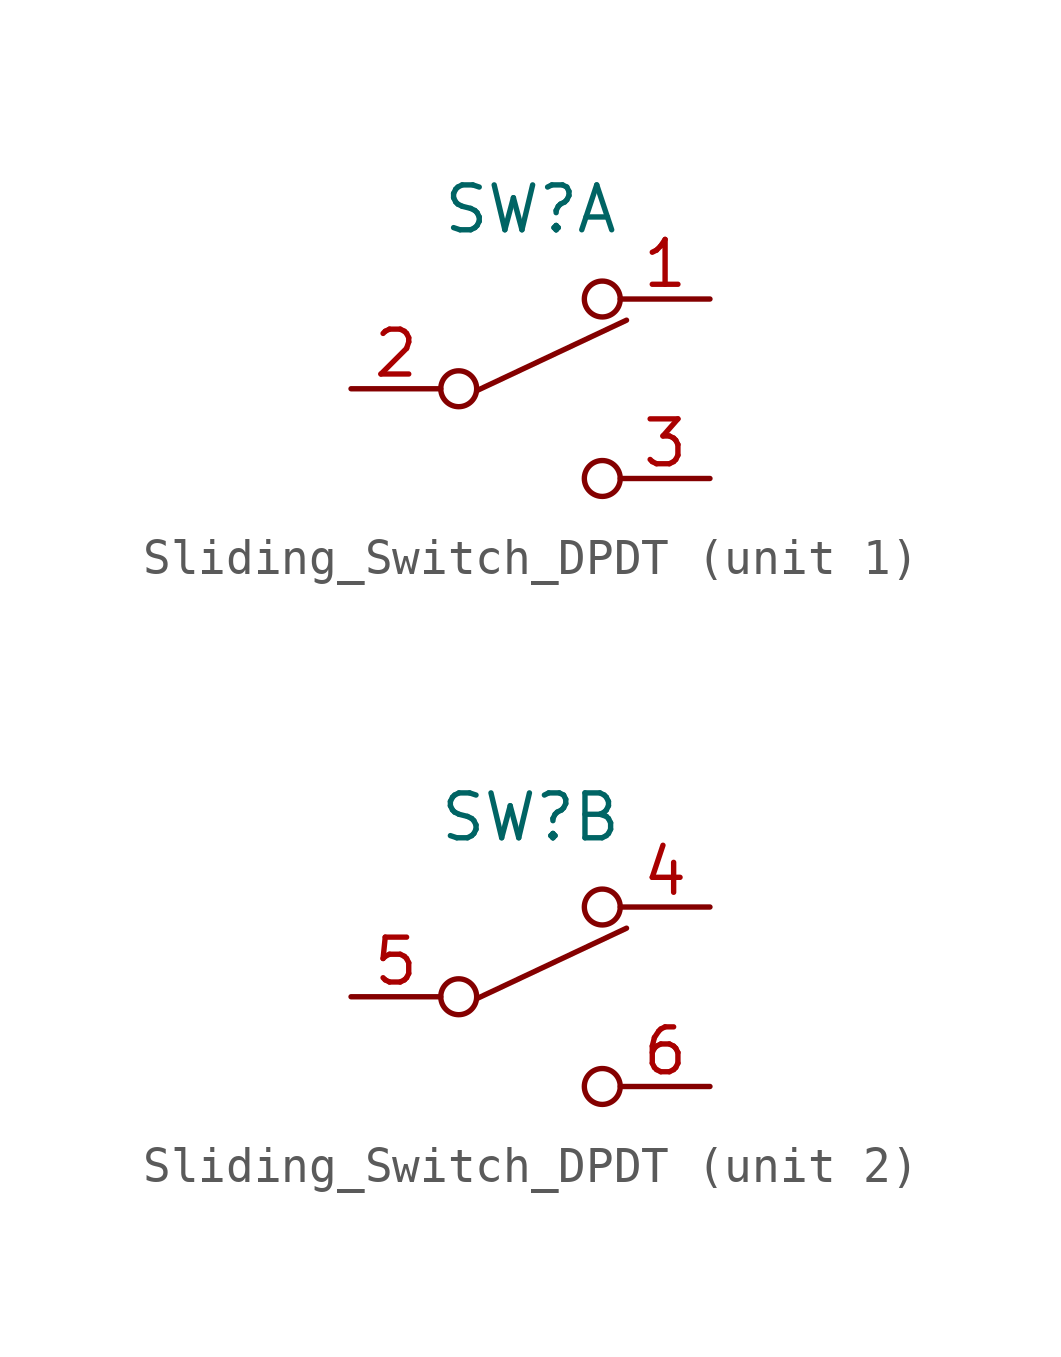
<source format=kicad_sym>
(kicad_symbol_lib
  (version 20231120)
  (generator "kicad_symbol_editor")
  (generator_version "8.0")
  (symbol "Sliding_Switch_DPDT"
    (pin_names
      (offset 0) hide)
    (property "Reference" "SW"
      (at 0 5.08 0)
      (effects (font (size 1.27 1.27))))
    (symbol "Sliding_Switch_DPDT_0_0"
      (circle (center -2.032 0) (radius 0.508) (stroke (width 0) (type default)) (fill (type none)))
      (circle (center 2.032 -2.54) (radius 0.508) (stroke (width 0) (type default)) (fill (type none))))
    (symbol "Sliding_Switch_DPDT_0_1"
      (polyline (pts (xy -1.482 -0.035) (xy 2.718 1.941)) (stroke (width 0) (type default)) (fill (type none)))
      (circle (center 2.032 2.54) (radius 0.508) (stroke (width 0) (type default)) (fill (type none))))
    (symbol "Sliding_Switch_DPDT_1_1"
      (pin passive line (at 5.08 2.54 180) (length 2.54) (name "A" (effects (font (size 1.27 1.27)))) (number "1" (effects (font (size 1.27 1.27)))))
      (pin passive line (at -5.08 0 0) (length 2.54) (name "B" (effects (font (size 1.27 1.27)))) (number "2" (effects (font (size 1.27 1.27)))))
      (pin passive line (at 5.08 -2.54 180) (length 2.54) (name "C" (effects (font (size 1.27 1.27)))) (number "3" (effects (font (size 1.27 1.27))))))
    (symbol "Sliding_Switch_DPDT_2_1"
      (pin passive line (at 5.08 2.54 180) (length 2.54) (name "A" (effects (font (size 1.27 1.27)))) (number "4" (effects (font (size 1.27 1.27)))))
      (pin passive line (at -5.08 0 0) (length 2.54) (name "B" (effects (font (size 1.27 1.27)))) (number "5" (effects (font (size 1.27 1.27)))))
      (pin passive line (at 5.08 -2.54 180) (length 2.54) (name "C" (effects (font (size 1.27 1.27)))) (number "6" (effects (font (size 1.27 1.27))))))))
</source>
